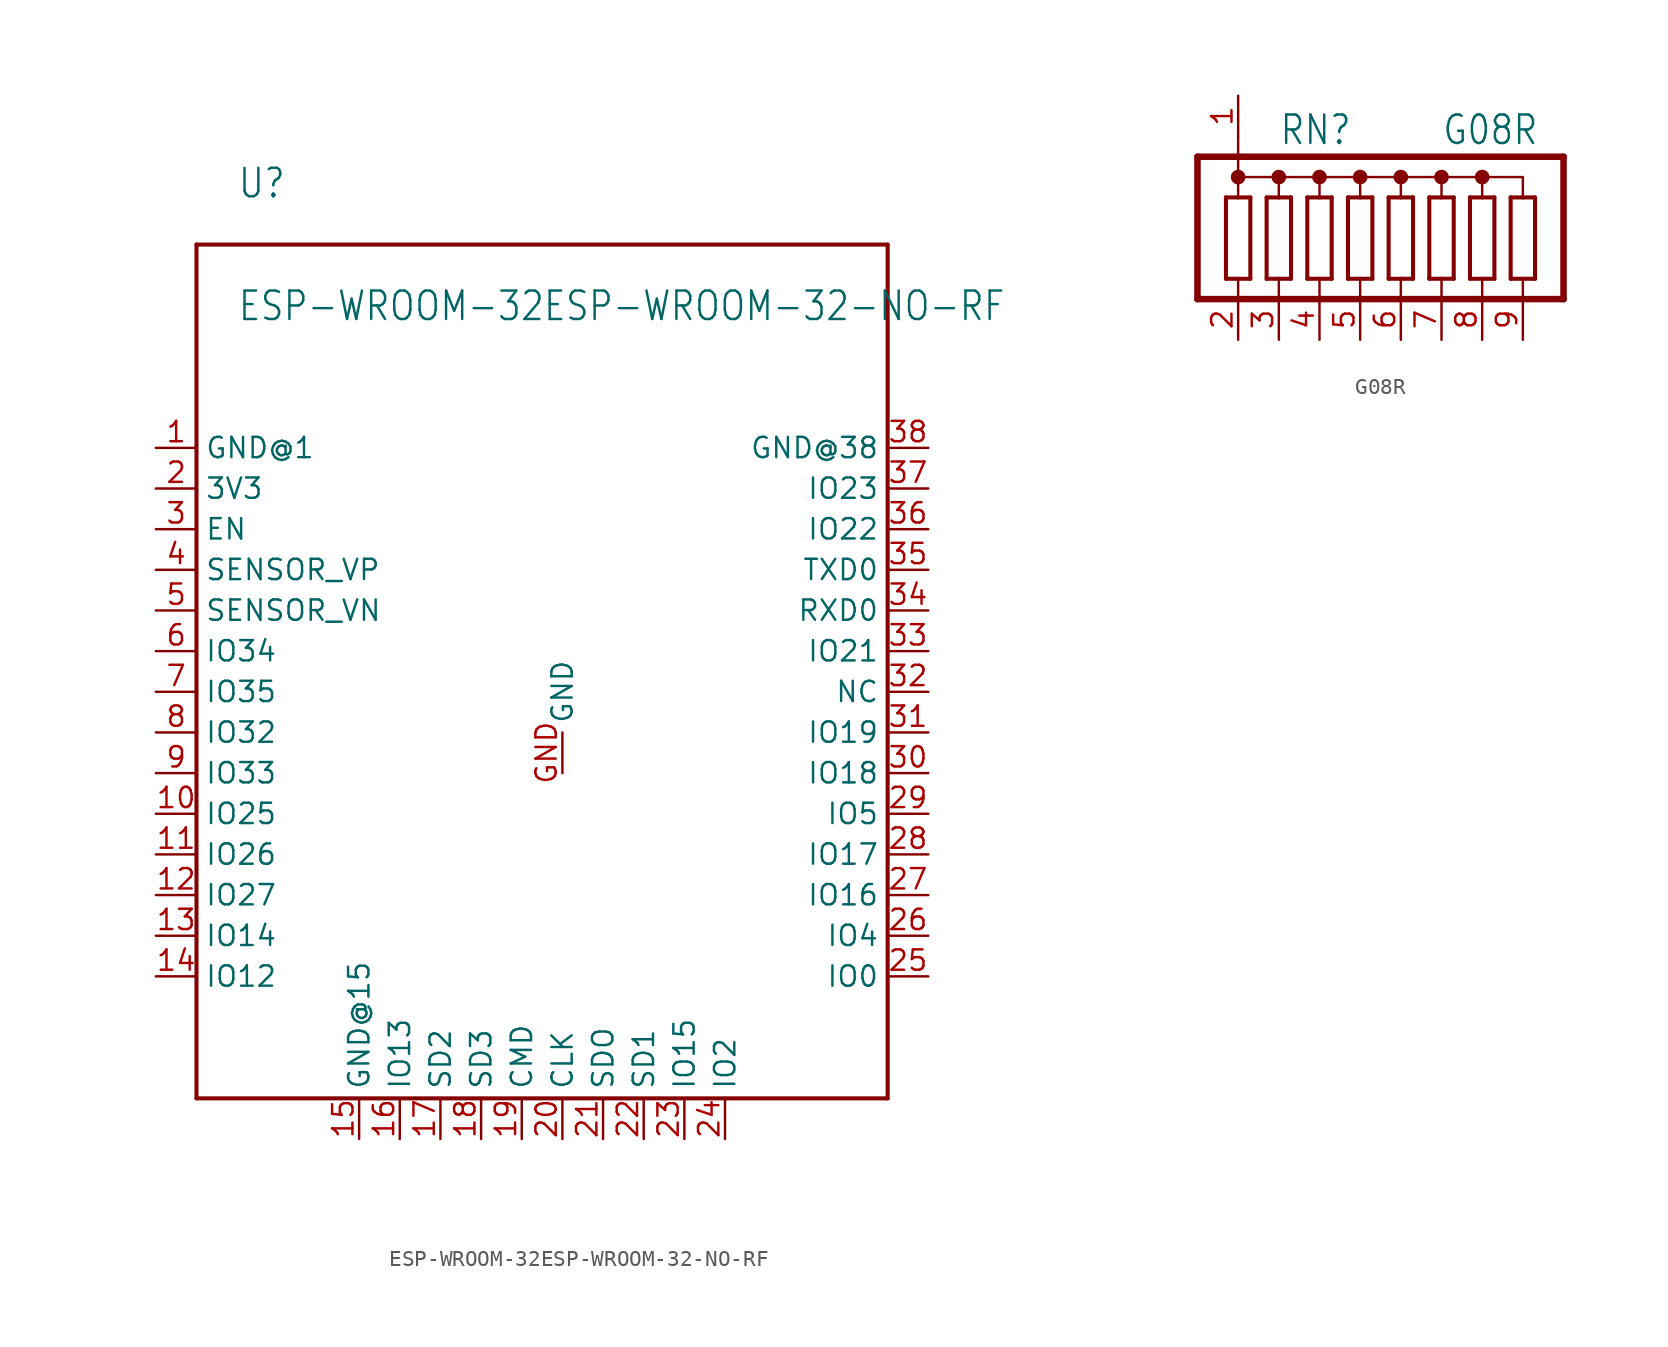
<source format=kicad_sym>
(kicad_symbol_lib
  (version 20211014)
  (generator kicad_symbol_editor)
  (symbol "ESP-WROOM-32ESP-WROOM-32-NO-RF"
    (property "Reference" "U"
      (at -12.7 18.034 0)
      (effects (font (size 1.778 1.511)) (justify left bottom)))
    (property "Value" "ESP-WROOM-32ESP-WROOM-32-NO-RF"
      (at -12.7 12.446 0)
      (effects (font (size 1.778 1.511)) (justify left top)))
    (property "ki_locked" ""
      (at 0 0 0)
      (effects (font (size 1.27 1.27))))
    (symbol "ESP-WROOM-32ESP-WROOM-32-NO-RF_1_0"
      (polyline (pts (xy -15.24 -38.1) (xy -15.24 15.24)) (stroke (width 0.254) (type default) (color 0 0 0 0)) (fill (type none)))
      (polyline (pts (xy -15.24 15.24) (xy 27.94 15.24)) (stroke (width 0.254) (type default) (color 0 0 0 0)) (fill (type none)))
      (polyline (pts (xy 27.94 -38.1) (xy -15.24 -38.1)) (stroke (width 0.254) (type default) (color 0 0 0 0)) (fill (type none)))
      (polyline (pts (xy 27.94 15.24) (xy 27.94 -38.1)) (stroke (width 0.254) (type default) (color 0 0 0 0)) (fill (type none)))
      (pin bidirectional line (at -17.78 2.54 0) (length 2.54) (name "GND@1" (effects (font (size 1.27 1.27)))) (number "1" (effects (font (size 1.27 1.27)))))
      (pin bidirectional line (at -17.78 -20.32 0) (length 2.54) (name "IO25" (effects (font (size 1.27 1.27)))) (number "10" (effects (font (size 1.27 1.27)))))
      (pin bidirectional line (at -17.78 -22.86 0) (length 2.54) (name "IO26" (effects (font (size 1.27 1.27)))) (number "11" (effects (font (size 1.27 1.27)))))
      (pin bidirectional line (at -17.78 -25.4 0) (length 2.54) (name "IO27" (effects (font (size 1.27 1.27)))) (number "12" (effects (font (size 1.27 1.27)))))
      (pin bidirectional line (at -17.78 -27.94 0) (length 2.54) (name "IO14" (effects (font (size 1.27 1.27)))) (number "13" (effects (font (size 1.27 1.27)))))
      (pin bidirectional line (at -17.78 -30.48 0) (length 2.54) (name "IO12" (effects (font (size 1.27 1.27)))) (number "14" (effects (font (size 1.27 1.27)))))
      (pin bidirectional line (at -5.08 -40.64 90) (length 2.54) (name "GND@15" (effects (font (size 1.27 1.27)))) (number "15" (effects (font (size 1.27 1.27)))))
      (pin bidirectional line (at -2.54 -40.64 90) (length 2.54) (name "IO13" (effects (font (size 1.27 1.27)))) (number "16" (effects (font (size 1.27 1.27)))))
      (pin bidirectional line (at 0 -40.64 90) (length 2.54) (name "SD2" (effects (font (size 1.27 1.27)))) (number "17" (effects (font (size 1.27 1.27)))))
      (pin bidirectional line (at 2.54 -40.64 90) (length 2.54) (name "SD3" (effects (font (size 1.27 1.27)))) (number "18" (effects (font (size 1.27 1.27)))))
      (pin bidirectional line (at 5.08 -40.64 90) (length 2.54) (name "CMD" (effects (font (size 1.27 1.27)))) (number "19" (effects (font (size 1.27 1.27)))))
      (pin bidirectional line (at -17.78 0 0) (length 2.54) (name "3V3" (effects (font (size 1.27 1.27)))) (number "2" (effects (font (size 1.27 1.27)))))
      (pin bidirectional line (at 7.62 -40.64 90) (length 2.54) (name "CLK" (effects (font (size 1.27 1.27)))) (number "20" (effects (font (size 1.27 1.27)))))
      (pin bidirectional line (at 10.16 -40.64 90) (length 2.54) (name "SDO" (effects (font (size 1.27 1.27)))) (number "21" (effects (font (size 1.27 1.27)))))
      (pin bidirectional line (at 12.7 -40.64 90) (length 2.54) (name "SD1" (effects (font (size 1.27 1.27)))) (number "22" (effects (font (size 1.27 1.27)))))
      (pin bidirectional line (at 15.24 -40.64 90) (length 2.54) (name "IO15" (effects (font (size 1.27 1.27)))) (number "23" (effects (font (size 1.27 1.27)))))
      (pin bidirectional line (at 17.78 -40.64 90) (length 2.54) (name "IO2" (effects (font (size 1.27 1.27)))) (number "24" (effects (font (size 1.27 1.27)))))
      (pin bidirectional line (at 30.48 -30.48 180) (length 2.54) (name "IO0" (effects (font (size 1.27 1.27)))) (number "25" (effects (font (size 1.27 1.27)))))
      (pin bidirectional line (at 30.48 -27.94 180) (length 2.54) (name "IO4" (effects (font (size 1.27 1.27)))) (number "26" (effects (font (size 1.27 1.27)))))
      (pin bidirectional line (at 30.48 -25.4 180) (length 2.54) (name "IO16" (effects (font (size 1.27 1.27)))) (number "27" (effects (font (size 1.27 1.27)))))
      (pin bidirectional line (at 30.48 -22.86 180) (length 2.54) (name "IO17" (effects (font (size 1.27 1.27)))) (number "28" (effects (font (size 1.27 1.27)))))
      (pin bidirectional line (at 30.48 -20.32 180) (length 2.54) (name "IO5" (effects (font (size 1.27 1.27)))) (number "29" (effects (font (size 1.27 1.27)))))
      (pin bidirectional line (at -17.78 -2.54 0) (length 2.54) (name "EN" (effects (font (size 1.27 1.27)))) (number "3" (effects (font (size 1.27 1.27)))))
      (pin bidirectional line (at 30.48 -17.78 180) (length 2.54) (name "IO18" (effects (font (size 1.27 1.27)))) (number "30" (effects (font (size 1.27 1.27)))))
      (pin bidirectional line (at 30.48 -15.24 180) (length 2.54) (name "IO19" (effects (font (size 1.27 1.27)))) (number "31" (effects (font (size 1.27 1.27)))))
      (pin bidirectional line (at 30.48 -12.7 180) (length 2.54) (name "NC" (effects (font (size 1.27 1.27)))) (number "32" (effects (font (size 1.27 1.27)))))
      (pin bidirectional line (at 30.48 -10.16 180) (length 2.54) (name "IO21" (effects (font (size 1.27 1.27)))) (number "33" (effects (font (size 1.27 1.27)))))
      (pin bidirectional line (at 30.48 -7.62 180) (length 2.54) (name "RXD0" (effects (font (size 1.27 1.27)))) (number "34" (effects (font (size 1.27 1.27)))))
      (pin bidirectional line (at 30.48 -5.08 180) (length 2.54) (name "TXD0" (effects (font (size 1.27 1.27)))) (number "35" (effects (font (size 1.27 1.27)))))
      (pin bidirectional line (at 30.48 -2.54 180) (length 2.54) (name "IO22" (effects (font (size 1.27 1.27)))) (number "36" (effects (font (size 1.27 1.27)))))
      (pin bidirectional line (at 30.48 0 180) (length 2.54) (name "IO23" (effects (font (size 1.27 1.27)))) (number "37" (effects (font (size 1.27 1.27)))))
      (pin bidirectional line (at 30.48 2.54 180) (length 2.54) (name "GND@38" (effects (font (size 1.27 1.27)))) (number "38" (effects (font (size 1.27 1.27)))))
      (pin bidirectional line (at -17.78 -5.08 0) (length 2.54) (name "SENSOR_VP" (effects (font (size 1.27 1.27)))) (number "4" (effects (font (size 1.27 1.27)))))
      (pin bidirectional line (at -17.78 -7.62 0) (length 2.54) (name "SENSOR_VN" (effects (font (size 1.27 1.27)))) (number "5" (effects (font (size 1.27 1.27)))))
      (pin bidirectional line (at -17.78 -10.16 0) (length 2.54) (name "IO34" (effects (font (size 1.27 1.27)))) (number "6" (effects (font (size 1.27 1.27)))))
      (pin bidirectional line (at -17.78 -12.7 0) (length 2.54) (name "IO35" (effects (font (size 1.27 1.27)))) (number "7" (effects (font (size 1.27 1.27)))))
      (pin bidirectional line (at -17.78 -15.24 0) (length 2.54) (name "IO32" (effects (font (size 1.27 1.27)))) (number "8" (effects (font (size 1.27 1.27)))))
      (pin bidirectional line (at -17.78 -17.78 0) (length 2.54) (name "IO33" (effects (font (size 1.27 1.27)))) (number "9" (effects (font (size 1.27 1.27)))))
      (pin bidirectional line (at 7.62 -17.78 90) (length 2.54) (name "GND" (effects (font (size 1.27 1.27)))) (number "GND" (effects (font (size 1.27 1.27)))))))
  (symbol "G08R"
    (property "Reference" "RN"
      (at -7.62 6.985 0)
      (effects (font (size 1.778 1.511)) (justify left bottom)))
    (property "Value" "G08R"
      (at 2.54 6.985 0)
      (effects (font (size 1.778 1.511)) (justify left bottom)))
    (property "ki_locked" ""
      (at 0 0 0)
      (effects (font (size 1.27 1.27))))
    (symbol "G08R_1_0"
      (circle (center -10.16 5.08) (radius 0.254) (stroke (width 0.406) (type default) (color 0 0 0 0)) (fill (type none)))
      (circle (center -7.62 5.08) (radius 0.254) (stroke (width 0.406) (type default) (color 0 0 0 0)) (fill (type none)))
      (circle (center -5.08 5.08) (radius 0.254) (stroke (width 0.406) (type default) (color 0 0 0 0)) (fill (type none)))
      (circle (center -2.54 5.08) (radius 0.254) (stroke (width 0.406) (type default) (color 0 0 0 0)) (fill (type none)))
      (polyline (pts (xy -12.7 -2.54) (xy 10.16 -2.54)) (stroke (width 0.406) (type default) (color 0 0 0 0)) (fill (type none)))
      (polyline (pts (xy -12.7 6.35) (xy -12.7 -2.54)) (stroke (width 0.406) (type default) (color 0 0 0 0)) (fill (type none)))
      (polyline (pts (xy -12.7 6.35) (xy 10.16 6.35)) (stroke (width 0.406) (type default) (color 0 0 0 0)) (fill (type none)))
      (polyline (pts (xy -10.922 -1.27) (xy -10.16 -1.27)) (stroke (width 0.254) (type default) (color 0 0 0 0)) (fill (type none)))
      (polyline (pts (xy -10.922 3.81) (xy -10.922 -1.27)) (stroke (width 0.254) (type default) (color 0 0 0 0)) (fill (type none)))
      (polyline (pts (xy -10.16 -1.27) (xy -10.16 -2.54)) (stroke (width 0.152) (type default) (color 0 0 0 0)) (fill (type none)))
      (polyline (pts (xy -10.16 -1.27) (xy -9.398 -1.27)) (stroke (width 0.254) (type default) (color 0 0 0 0)) (fill (type none)))
      (polyline (pts (xy -10.16 3.81) (xy -10.922 3.81)) (stroke (width 0.254) (type default) (color 0 0 0 0)) (fill (type none)))
      (polyline (pts (xy -10.16 5.08) (xy -10.16 3.81)) (stroke (width 0.152) (type default) (color 0 0 0 0)) (fill (type none)))
      (polyline (pts (xy -10.16 5.08) (xy -10.16 7.62)) (stroke (width 0.152) (type default) (color 0 0 0 0)) (fill (type none)))
      (polyline (pts (xy -10.16 5.08) (xy -7.62 5.08)) (stroke (width 0.152) (type default) (color 0 0 0 0)) (fill (type none)))
      (polyline (pts (xy -9.398 -1.27) (xy -9.398 3.81)) (stroke (width 0.254) (type default) (color 0 0 0 0)) (fill (type none)))
      (polyline (pts (xy -9.398 3.81) (xy -10.16 3.81)) (stroke (width 0.254) (type default) (color 0 0 0 0)) (fill (type none)))
      (polyline (pts (xy -8.382 -1.27) (xy -7.62 -1.27)) (stroke (width 0.254) (type default) (color 0 0 0 0)) (fill (type none)))
      (polyline (pts (xy -8.382 3.81) (xy -8.382 -1.27)) (stroke (width 0.254) (type default) (color 0 0 0 0)) (fill (type none)))
      (polyline (pts (xy -7.62 -2.54) (xy -7.62 -1.27)) (stroke (width 0.152) (type default) (color 0 0 0 0)) (fill (type none)))
      (polyline (pts (xy -7.62 -1.27) (xy -6.858 -1.27)) (stroke (width 0.254) (type default) (color 0 0 0 0)) (fill (type none)))
      (polyline (pts (xy -7.62 3.81) (xy -8.382 3.81)) (stroke (width 0.254) (type default) (color 0 0 0 0)) (fill (type none)))
      (polyline (pts (xy -7.62 5.08) (xy -7.62 3.81)) (stroke (width 0.152) (type default) (color 0 0 0 0)) (fill (type none)))
      (polyline (pts (xy -7.62 5.08) (xy -5.08 5.08)) (stroke (width 0.152) (type default) (color 0 0 0 0)) (fill (type none)))
      (polyline (pts (xy -6.858 -1.27) (xy -6.858 3.81)) (stroke (width 0.254) (type default) (color 0 0 0 0)) (fill (type none)))
      (polyline (pts (xy -6.858 3.81) (xy -7.62 3.81)) (stroke (width 0.254) (type default) (color 0 0 0 0)) (fill (type none)))
      (polyline (pts (xy -5.842 -1.27) (xy -5.08 -1.27)) (stroke (width 0.254) (type default) (color 0 0 0 0)) (fill (type none)))
      (polyline (pts (xy -5.842 3.81) (xy -5.842 -1.27)) (stroke (width 0.254) (type default) (color 0 0 0 0)) (fill (type none)))
      (polyline (pts (xy -5.08 -2.54) (xy -5.08 -1.27)) (stroke (width 0.152) (type default) (color 0 0 0 0)) (fill (type none)))
      (polyline (pts (xy -5.08 -1.27) (xy -4.318 -1.27)) (stroke (width 0.254) (type default) (color 0 0 0 0)) (fill (type none)))
      (polyline (pts (xy -5.08 3.81) (xy -5.842 3.81)) (stroke (width 0.254) (type default) (color 0 0 0 0)) (fill (type none)))
      (polyline (pts (xy -5.08 5.08) (xy -5.08 3.81)) (stroke (width 0.152) (type default) (color 0 0 0 0)) (fill (type none)))
      (polyline (pts (xy -5.08 5.08) (xy -2.54 5.08)) (stroke (width 0.152) (type default) (color 0 0 0 0)) (fill (type none)))
      (polyline (pts (xy -4.318 -1.27) (xy -4.318 3.81)) (stroke (width 0.254) (type default) (color 0 0 0 0)) (fill (type none)))
      (polyline (pts (xy -4.318 3.81) (xy -5.08 3.81)) (stroke (width 0.254) (type default) (color 0 0 0 0)) (fill (type none)))
      (polyline (pts (xy -3.302 -1.27) (xy -2.54 -1.27)) (stroke (width 0.254) (type default) (color 0 0 0 0)) (fill (type none)))
      (polyline (pts (xy -3.302 3.81) (xy -3.302 -1.27)) (stroke (width 0.254) (type default) (color 0 0 0 0)) (fill (type none)))
      (polyline (pts (xy -2.54 -2.54) (xy -2.54 -1.27)) (stroke (width 0.152) (type default) (color 0 0 0 0)) (fill (type none)))
      (polyline (pts (xy -2.54 -1.27) (xy -1.778 -1.27)) (stroke (width 0.254) (type default) (color 0 0 0 0)) (fill (type none)))
      (polyline (pts (xy -2.54 3.81) (xy -3.302 3.81)) (stroke (width 0.254) (type default) (color 0 0 0 0)) (fill (type none)))
      (polyline (pts (xy -2.54 5.08) (xy -2.54 3.81)) (stroke (width 0.152) (type default) (color 0 0 0 0)) (fill (type none)))
      (polyline (pts (xy -2.54 5.08) (xy 0 5.08)) (stroke (width 0.152) (type default) (color 0 0 0 0)) (fill (type none)))
      (polyline (pts (xy -1.778 -1.27) (xy -1.778 3.81)) (stroke (width 0.254) (type default) (color 0 0 0 0)) (fill (type none)))
      (polyline (pts (xy -1.778 3.81) (xy -2.54 3.81)) (stroke (width 0.254) (type default) (color 0 0 0 0)) (fill (type none)))
      (polyline (pts (xy -0.762 -1.27) (xy 0 -1.27)) (stroke (width 0.254) (type default) (color 0 0 0 0)) (fill (type none)))
      (polyline (pts (xy -0.762 3.81) (xy -0.762 -1.27)) (stroke (width 0.254) (type default) (color 0 0 0 0)) (fill (type none)))
      (polyline (pts (xy 0 -2.54) (xy 0 -1.27)) (stroke (width 0.152) (type default) (color 0 0 0 0)) (fill (type none)))
      (polyline (pts (xy 0 -1.27) (xy 0.762 -1.27)) (stroke (width 0.254) (type default) (color 0 0 0 0)) (fill (type none)))
      (polyline (pts (xy 0 3.81) (xy -0.762 3.81)) (stroke (width 0.254) (type default) (color 0 0 0 0)) (fill (type none)))
      (polyline (pts (xy 0 5.08) (xy 0 3.81)) (stroke (width 0.152) (type default) (color 0 0 0 0)) (fill (type none)))
      (polyline (pts (xy 0 5.08) (xy 2.54 5.08)) (stroke (width 0.152) (type default) (color 0 0 0 0)) (fill (type none)))
      (polyline (pts (xy 0.762 -1.27) (xy 0.762 3.81)) (stroke (width 0.254) (type default) (color 0 0 0 0)) (fill (type none)))
      (polyline (pts (xy 0.762 3.81) (xy 0 3.81)) (stroke (width 0.254) (type default) (color 0 0 0 0)) (fill (type none)))
      (polyline (pts (xy 1.778 -1.27) (xy 2.54 -1.27)) (stroke (width 0.254) (type default) (color 0 0 0 0)) (fill (type none)))
      (polyline (pts (xy 1.778 3.81) (xy 1.778 -1.27)) (stroke (width 0.254) (type default) (color 0 0 0 0)) (fill (type none)))
      (polyline (pts (xy 2.54 -1.27) (xy 2.54 -2.54)) (stroke (width 0.152) (type default) (color 0 0 0 0)) (fill (type none)))
      (polyline (pts (xy 2.54 -1.27) (xy 3.302 -1.27)) (stroke (width 0.254) (type default) (color 0 0 0 0)) (fill (type none)))
      (polyline (pts (xy 2.54 3.81) (xy 1.778 3.81)) (stroke (width 0.254) (type default) (color 0 0 0 0)) (fill (type none)))
      (polyline (pts (xy 2.54 5.08) (xy 2.54 3.81)) (stroke (width 0.152) (type default) (color 0 0 0 0)) (fill (type none)))
      (polyline (pts (xy 2.54 5.08) (xy 5.08 5.08)) (stroke (width 0.152) (type default) (color 0 0 0 0)) (fill (type none)))
      (polyline (pts (xy 3.302 -1.27) (xy 3.302 3.81)) (stroke (width 0.254) (type default) (color 0 0 0 0)) (fill (type none)))
      (polyline (pts (xy 3.302 3.81) (xy 2.54 3.81)) (stroke (width 0.254) (type default) (color 0 0 0 0)) (fill (type none)))
      (polyline (pts (xy 4.318 -1.27) (xy 5.08 -1.27)) (stroke (width 0.254) (type default) (color 0 0 0 0)) (fill (type none)))
      (polyline (pts (xy 4.318 3.81) (xy 4.318 -1.27)) (stroke (width 0.254) (type default) (color 0 0 0 0)) (fill (type none)))
      (polyline (pts (xy 5.08 -2.54) (xy 5.08 -1.27)) (stroke (width 0.152) (type default) (color 0 0 0 0)) (fill (type none)))
      (polyline (pts (xy 5.08 -1.27) (xy 5.842 -1.27)) (stroke (width 0.254) (type default) (color 0 0 0 0)) (fill (type none)))
      (polyline (pts (xy 5.08 3.81) (xy 4.318 3.81)) (stroke (width 0.254) (type default) (color 0 0 0 0)) (fill (type none)))
      (polyline (pts (xy 5.08 5.08) (xy 5.08 3.81)) (stroke (width 0.152) (type default) (color 0 0 0 0)) (fill (type none)))
      (polyline (pts (xy 5.08 5.08) (xy 7.62 5.08)) (stroke (width 0.152) (type default) (color 0 0 0 0)) (fill (type none)))
      (polyline (pts (xy 5.842 -1.27) (xy 5.842 3.81)) (stroke (width 0.254) (type default) (color 0 0 0 0)) (fill (type none)))
      (polyline (pts (xy 5.842 3.81) (xy 5.08 3.81)) (stroke (width 0.254) (type default) (color 0 0 0 0)) (fill (type none)))
      (polyline (pts (xy 6.858 -1.27) (xy 7.62 -1.27)) (stroke (width 0.254) (type default) (color 0 0 0 0)) (fill (type none)))
      (polyline (pts (xy 6.858 3.81) (xy 6.858 -1.27)) (stroke (width 0.254) (type default) (color 0 0 0 0)) (fill (type none)))
      (polyline (pts (xy 7.62 -2.54) (xy 7.62 -1.27)) (stroke (width 0.152) (type default) (color 0 0 0 0)) (fill (type none)))
      (polyline (pts (xy 7.62 -1.27) (xy 8.382 -1.27)) (stroke (width 0.254) (type default) (color 0 0 0 0)) (fill (type none)))
      (polyline (pts (xy 7.62 3.81) (xy 6.858 3.81)) (stroke (width 0.254) (type default) (color 0 0 0 0)) (fill (type none)))
      (polyline (pts (xy 7.62 5.08) (xy 7.62 3.81)) (stroke (width 0.152) (type default) (color 0 0 0 0)) (fill (type none)))
      (polyline (pts (xy 8.382 -1.27) (xy 8.382 3.81)) (stroke (width 0.254) (type default) (color 0 0 0 0)) (fill (type none)))
      (polyline (pts (xy 8.382 3.81) (xy 7.62 3.81)) (stroke (width 0.254) (type default) (color 0 0 0 0)) (fill (type none)))
      (polyline (pts (xy 10.16 6.35) (xy 10.16 -2.54)) (stroke (width 0.406) (type default) (color 0 0 0 0)) (fill (type none)))
      (circle (center 0 5.08) (radius 0.254) (stroke (width 0.406) (type default) (color 0 0 0 0)) (fill (type none)))
      (circle (center 2.54 5.08) (radius 0.254) (stroke (width 0.406) (type default) (color 0 0 0 0)) (fill (type none)))
      (circle (center 5.08 5.08) (radius 0.254) (stroke (width 0.406) (type default) (color 0 0 0 0)) (fill (type none)))
      (pin passive line (at -10.16 10.16 270) (length 2.54) (name "1" (effects (font (size 0 0)))) (number "1" (effects (font (size 1.27 1.27)))))
      (pin passive line (at -10.16 -5.08 90) (length 2.54) (name "2" (effects (font (size 0 0)))) (number "2" (effects (font (size 1.27 1.27)))))
      (pin passive line (at -7.62 -5.08 90) (length 2.54) (name "3" (effects (font (size 0 0)))) (number "3" (effects (font (size 1.27 1.27)))))
      (pin passive line (at -5.08 -5.08 90) (length 2.54) (name "4" (effects (font (size 0 0)))) (number "4" (effects (font (size 1.27 1.27)))))
      (pin passive line (at -2.54 -5.08 90) (length 2.54) (name "5" (effects (font (size 0 0)))) (number "5" (effects (font (size 1.27 1.27)))))
      (pin passive line (at 0 -5.08 90) (length 2.54) (name "6" (effects (font (size 0 0)))) (number "6" (effects (font (size 1.27 1.27)))))
      (pin passive line (at 2.54 -5.08 90) (length 2.54) (name "7" (effects (font (size 0 0)))) (number "7" (effects (font (size 1.27 1.27)))))
      (pin passive line (at 5.08 -5.08 90) (length 2.54) (name "8" (effects (font (size 0 0)))) (number "8" (effects (font (size 1.27 1.27)))))
      (pin passive line (at 7.62 -5.08 90) (length 2.54) (name "9" (effects (font (size 0 0)))) (number "9" (effects (font (size 1.27 1.27))))))))
</source>
